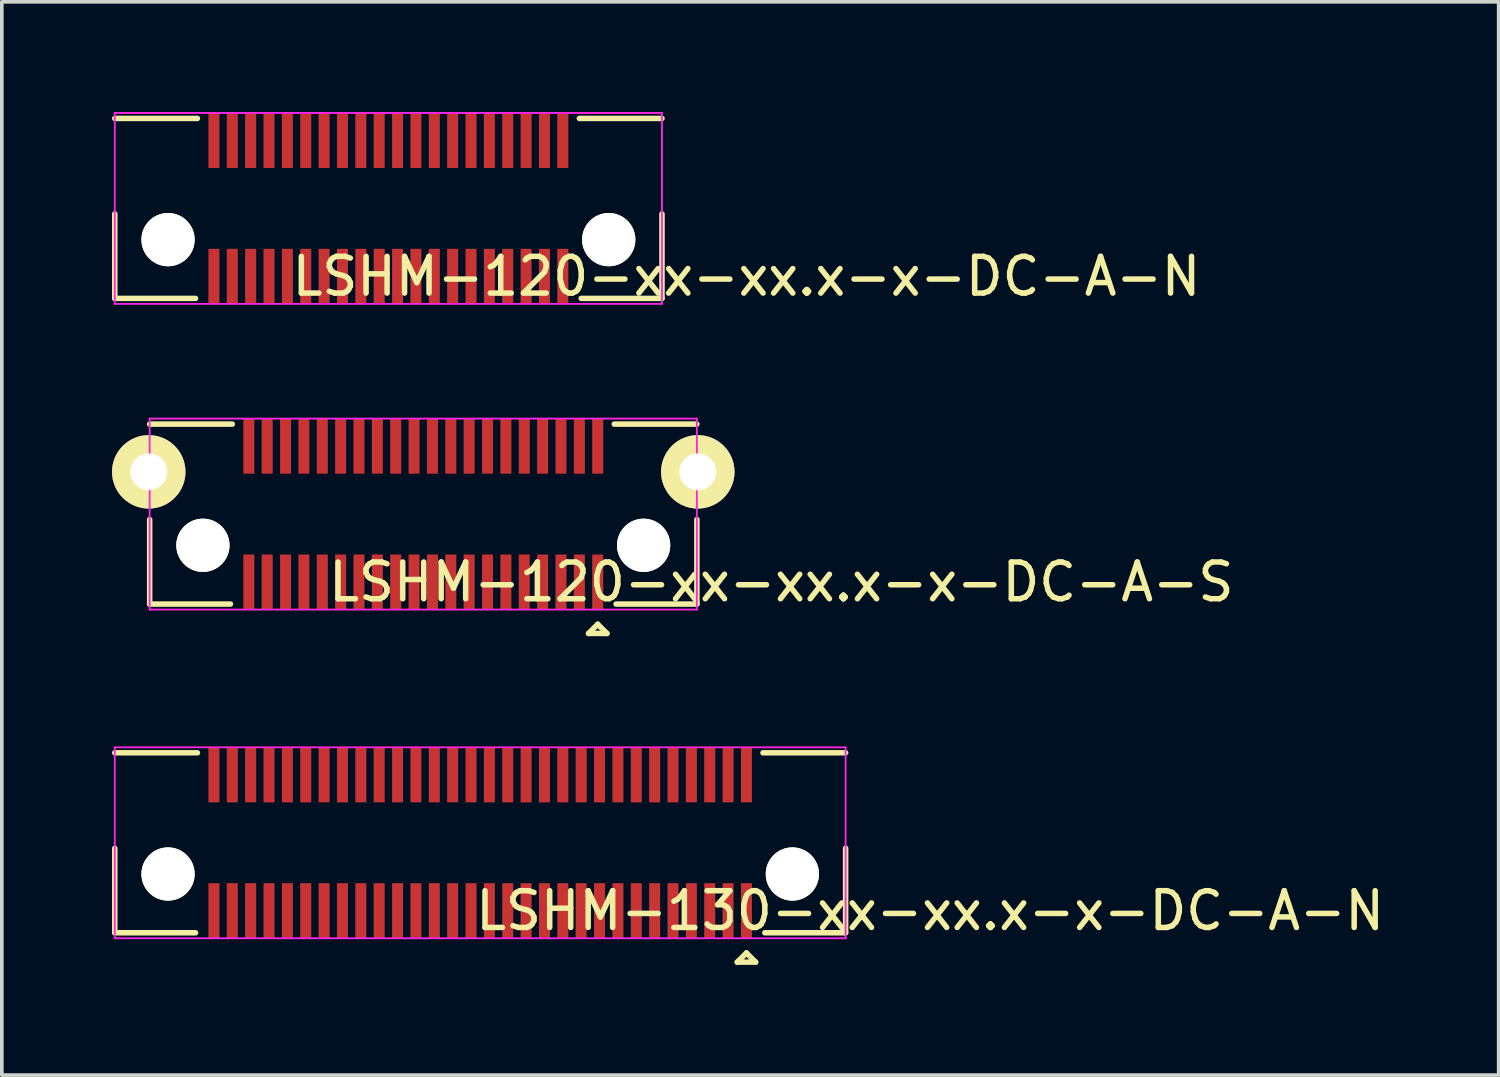
<source format=kicad_pcb>
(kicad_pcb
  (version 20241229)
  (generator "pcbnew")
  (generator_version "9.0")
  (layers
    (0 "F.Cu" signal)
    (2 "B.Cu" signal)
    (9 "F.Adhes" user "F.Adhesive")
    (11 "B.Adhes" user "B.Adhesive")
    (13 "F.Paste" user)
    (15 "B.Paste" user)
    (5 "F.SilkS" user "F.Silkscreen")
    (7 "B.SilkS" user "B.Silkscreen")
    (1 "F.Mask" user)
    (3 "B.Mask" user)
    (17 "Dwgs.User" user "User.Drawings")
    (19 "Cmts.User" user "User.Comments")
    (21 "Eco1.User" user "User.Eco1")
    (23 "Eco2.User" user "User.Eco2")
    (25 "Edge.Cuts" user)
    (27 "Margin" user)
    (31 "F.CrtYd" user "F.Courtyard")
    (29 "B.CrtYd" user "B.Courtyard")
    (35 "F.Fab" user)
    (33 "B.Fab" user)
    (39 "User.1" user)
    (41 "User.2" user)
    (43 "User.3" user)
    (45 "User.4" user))
  (footprint "LSHM-130-xx-xx.x-x-DC-A-N"
    (layer "F.Cu")
    (at 10.025 19.898)
    (property "Reference" "LSHM-130-xx-xx.x-x-DC-A-N" (at 12.25 1.85 0) (layer "F.SilkS") (effects (font (size 1 1) (thickness 0.15))))
    (attr smd)
    (fp_line (start -9.95 -2.45) (end -7.7 -2.45) (stroke (width 0.15) (type solid)) (layer "F.SilkS"))
    (fp_line (start -9.95 2.45) (end -9.95 0.15) (stroke (width 0.15) (type solid)) (layer "F.SilkS"))
    (fp_line (start -7.75 2.45) (end -9.95 2.45) (stroke (width 0.15) (type solid)) (layer "F.SilkS"))
    (fp_line (start 7 3.25) (end 7.5 3.25) (stroke (width 0.15) (type solid)) (layer "F.SilkS"))
    (fp_line (start 7.25 3) (end 7 3.25) (stroke (width 0.15) (type solid)) (layer "F.SilkS"))
    (fp_line (start 7.5 3.25) (end 7.25 3) (stroke (width 0.15) (type solid)) (layer "F.SilkS"))
    (fp_line (start 7.7 -2.45) (end 9.95 -2.45) (stroke (width 0.15) (type solid)) (layer "F.SilkS"))
    (fp_line (start 9.95 0.15) (end 9.95 2.45) (stroke (width 0.15) (type solid)) (layer "F.SilkS"))
    (fp_line (start 9.95 2.45) (end 7.75 2.45) (stroke (width 0.15) (type solid)) (layer "F.SilkS"))
    (fp_line (start -9.95 -2.6) (end -9.95 2.6) (stroke (width 0.05) (type solid)) (layer "F.CrtYd"))
    (fp_line (start -9.95 2.6) (end 9.95 2.6) (stroke (width 0.05) (type solid)) (layer "F.CrtYd"))
    (fp_line (start 9.95 -2.6) (end -9.95 -2.6) (stroke (width 0.05) (type solid)) (layer "F.CrtYd"))
    (fp_line (start 9.95 2.6) (end 9.95 -2.6) (stroke (width 0.05) (type solid)) (layer "F.CrtYd"))
    (pad "" np_thru_hole circle (at -8.5 0.85) (size 1.45 1.45) (drill 1.45) (layers "*.Cu" "*.Mask" "F.SilkS"))
    (pad "" np_thru_hole circle (at 8.5 0.85) (size 1.45 1.45) (drill 1.45) (layers "*.Cu" "*.Mask" "F.SilkS"))
    (pad "1" smd rect (at 7.25 1.85) (size 0.3 1.5) (layers "F.Cu" "F.Mask" "F.Paste"))
    (pad "2" smd rect (at 7.25 -1.85) (size 0.3 1.5) (layers "F.Cu" "F.Mask" "F.Paste"))
    (pad "3" smd rect (at 6.75 1.85) (size 0.3 1.5) (layers "F.Cu" "F.Mask" "F.Paste"))
    (pad "4" smd rect (at 6.75 -1.85) (size 0.3 1.5) (layers "F.Cu" "F.Mask" "F.Paste"))
    (pad "5" smd rect (at 6.25 1.85) (size 0.3 1.5) (layers "F.Cu" "F.Mask" "F.Paste"))
    (pad "6" smd rect (at 6.25 -1.85) (size 0.3 1.5) (layers "F.Cu" "F.Mask" "F.Paste"))
    (pad "7" smd rect (at 5.75 1.85) (size 0.3 1.5) (layers "F.Cu" "F.Mask" "F.Paste"))
    (pad "8" smd rect (at 5.75 -1.85) (size 0.3 1.5) (layers "F.Cu" "F.Mask" "F.Paste"))
    (pad "9" smd rect (at 5.25 1.85) (size 0.3 1.5) (layers "F.Cu" "F.Mask" "F.Paste"))
    (pad "10" smd rect (at 5.25 -1.85) (size 0.3 1.5) (layers "F.Cu" "F.Mask" "F.Paste"))
    (pad "11" smd rect (at 4.75 1.85) (size 0.3 1.5) (layers "F.Cu" "F.Mask" "F.Paste"))
    (pad "12" smd rect (at 4.75 -1.85) (size 0.3 1.5) (layers "F.Cu" "F.Mask" "F.Paste"))
    (pad "13" smd rect (at 4.25 1.85) (size 0.3 1.5) (layers "F.Cu" "F.Mask" "F.Paste"))
    (pad "14" smd rect (at 4.25 -1.85) (size 0.3 1.5) (layers "F.Cu" "F.Mask" "F.Paste"))
    (pad "15" smd rect (at 3.75 1.85) (size 0.3 1.5) (layers "F.Cu" "F.Mask" "F.Paste"))
    (pad "16" smd rect (at 3.75 -1.85) (size 0.3 1.5) (layers "F.Cu" "F.Mask" "F.Paste"))
    (pad "17" smd rect (at 3.25 1.85) (size 0.3 1.5) (layers "F.Cu" "F.Mask" "F.Paste"))
    (pad "18" smd rect (at 3.25 -1.85) (size 0.3 1.5) (layers "F.Cu" "F.Mask" "F.Paste"))
    (pad "19" smd rect (at 2.75 1.85) (size 0.3 1.5) (layers "F.Cu" "F.Mask" "F.Paste"))
    (pad "20" smd rect (at 2.75 -1.85) (size 0.3 1.5) (layers "F.Cu" "F.Mask" "F.Paste"))
    (pad "21" smd rect (at 2.25 1.85) (size 0.3 1.5) (layers "F.Cu" "F.Mask" "F.Paste"))
    (pad "22" smd rect (at 2.25 -1.85) (size 0.3 1.5) (layers "F.Cu" "F.Mask" "F.Paste"))
    (pad "23" smd rect (at 1.75 1.85) (size 0.3 1.5) (layers "F.Cu" "F.Mask" "F.Paste"))
    (pad "24" smd rect (at 1.75 -1.85) (size 0.3 1.5) (layers "F.Cu" "F.Mask" "F.Paste"))
    (pad "25" smd rect (at 1.25 1.85) (size 0.3 1.5) (layers "F.Cu" "F.Mask" "F.Paste"))
    (pad "26" smd rect (at 1.25 -1.85) (size 0.3 1.5) (layers "F.Cu" "F.Mask" "F.Paste"))
    (pad "27" smd rect (at 0.75 1.85) (size 0.3 1.5) (layers "F.Cu" "F.Mask" "F.Paste"))
    (pad "28" smd rect (at 0.75 -1.85) (size 0.3 1.5) (layers "F.Cu" "F.Mask" "F.Paste"))
    (pad "29" smd rect (at 0.25 1.85) (size 0.3 1.5) (layers "F.Cu" "F.Mask" "F.Paste"))
    (pad "30" smd rect (at 0.25 -1.85) (size 0.3 1.5) (layers "F.Cu" "F.Mask" "F.Paste"))
    (pad "31" smd rect (at -0.25 1.85) (size 0.3 1.5) (layers "F.Cu" "F.Mask" "F.Paste"))
    (pad "32" smd rect (at -0.25 -1.85) (size 0.3 1.5) (layers "F.Cu" "F.Mask" "F.Paste"))
    (pad "33" smd rect (at -0.75 1.85) (size 0.3 1.5) (layers "F.Cu" "F.Mask" "F.Paste"))
    (pad "34" smd rect (at -0.75 -1.85) (size 0.3 1.5) (layers "F.Cu" "F.Mask" "F.Paste"))
    (pad "35" smd rect (at -1.25 1.85) (size 0.3 1.5) (layers "F.Cu" "F.Mask" "F.Paste"))
    (pad "36" smd rect (at -1.25 -1.85) (size 0.3 1.5) (layers "F.Cu" "F.Mask" "F.Paste"))
    (pad "37" smd rect (at -1.75 1.85) (size 0.3 1.5) (layers "F.Cu" "F.Mask" "F.Paste"))
    (pad "38" smd rect (at -1.75 -1.85) (size 0.3 1.5) (layers "F.Cu" "F.Mask" "F.Paste"))
    (pad "39" smd rect (at -2.25 1.85) (size 0.3 1.5) (layers "F.Cu" "F.Mask" "F.Paste"))
    (pad "40" smd rect (at -2.25 -1.85) (size 0.3 1.5) (layers "F.Cu" "F.Mask" "F.Paste"))
    (pad "41" smd rect (at -2.75 1.85) (size 0.3 1.5) (layers "F.Cu" "F.Mask" "F.Paste"))
    (pad "42" smd rect (at -2.75 -1.85) (size 0.3 1.5) (layers "F.Cu" "F.Mask" "F.Paste"))
    (pad "43" smd rect (at -3.25 1.85) (size 0.3 1.5) (layers "F.Cu" "F.Mask" "F.Paste"))
    (pad "44" smd rect (at -3.25 -1.85) (size 0.3 1.5) (layers "F.Cu" "F.Mask" "F.Paste"))
    (pad "45" smd rect (at -3.75 1.85) (size 0.3 1.5) (layers "F.Cu" "F.Mask" "F.Paste"))
    (pad "46" smd rect (at -3.75 -1.85) (size 0.3 1.5) (layers "F.Cu" "F.Mask" "F.Paste"))
    (pad "47" smd rect (at -4.25 1.85) (size 0.3 1.5) (layers "F.Cu" "F.Mask" "F.Paste"))
    (pad "48" smd rect (at -4.25 -1.85) (size 0.3 1.5) (layers "F.Cu" "F.Mask" "F.Paste"))
    (pad "49" smd rect (at -4.75 1.85) (size 0.3 1.5) (layers "F.Cu" "F.Mask" "F.Paste"))
    (pad "50" smd rect (at -4.75 -1.85) (size 0.3 1.5) (layers "F.Cu" "F.Mask" "F.Paste"))
    (pad "51" smd rect (at -5.25 1.85) (size 0.3 1.5) (layers "F.Cu" "F.Mask" "F.Paste"))
    (pad "52" smd rect (at -5.25 -1.85) (size 0.3 1.5) (layers "F.Cu" "F.Mask" "F.Paste"))
    (pad "53" smd rect (at -5.75 1.85) (size 0.3 1.5) (layers "F.Cu" "F.Mask" "F.Paste"))
    (pad "54" smd rect (at -5.75 -1.85) (size 0.3 1.5) (layers "F.Cu" "F.Mask" "F.Paste"))
    (pad "55" smd rect (at -6.25 1.85) (size 0.3 1.5) (layers "F.Cu" "F.Mask" "F.Paste"))
    (pad "56" smd rect (at -6.25 -1.85) (size 0.3 1.5) (layers "F.Cu" "F.Mask" "F.Paste"))
    (pad "57" smd rect (at -6.75 1.85) (size 0.3 1.5) (layers "F.Cu" "F.Mask" "F.Paste"))
    (pad "58" smd rect (at -6.75 -1.85) (size 0.3 1.5) (layers "F.Cu" "F.Mask" "F.Paste"))
    (pad "59" smd rect (at -7.25 1.85) (size 0.3 1.5) (layers "F.Cu" "F.Mask" "F.Paste"))
    (pad "60" smd rect (at -7.25 -1.85) (size 0.3 1.5) (layers "F.Cu" "F.Mask" "F.Paste")))
  (footprint "LSHM-120-xx-xx.x-x-DC-A-N"
    (layer "F.Cu")
    (at 7.525 3.475)
    (property "Reference" "LSHM-120-xx-xx.x-x-DC-A-N" (at 9.75 1 0) (layer "F.SilkS") (effects (font (size 1 1) (thickness 0.15))))
    (attr through_hole)
    (fp_line (start -7.45 -3.3) (end -5.2 -3.3) (stroke (width 0.15) (type solid)) (layer "F.SilkS"))
    (fp_line (start -7.45 1.6) (end -7.45 -0.7) (stroke (width 0.15) (type solid)) (layer "F.SilkS"))
    (fp_line (start -5.25 1.6) (end -7.45 1.6) (stroke (width 0.15) (type solid)) (layer "F.SilkS"))
    (fp_line (start 5.2 -3.3) (end 7.45 -3.3) (stroke (width 0.15) (type solid)) (layer "F.SilkS"))
    (fp_line (start 7.45 -0.7) (end 7.45 1.6) (stroke (width 0.15) (type solid)) (layer "F.SilkS"))
    (fp_line (start 7.45 1.6) (end 5.25 1.6) (stroke (width 0.15) (type solid)) (layer "F.SilkS"))
    (fp_line (start -7.45 -3.45) (end -7.45 1.75) (stroke (width 0.05) (type solid)) (layer "F.CrtYd"))
    (fp_line (start -7.45 1.75) (end 7.45 1.75) (stroke (width 0.05) (type solid)) (layer "F.CrtYd"))
    (fp_line (start 7.45 -3.45) (end -7.45 -3.45) (stroke (width 0.05) (type solid)) (layer "F.CrtYd"))
    (fp_line (start 7.45 1.75) (end 7.45 -3.45) (stroke (width 0.05) (type solid)) (layer "F.CrtYd"))
    (pad "" np_thru_hole circle (at -6 0) (size 1.45 1.45) (drill 1.45) (layers "*.Cu" "*.Mask" "F.SilkS"))
    (pad "" np_thru_hole circle (at 6 0) (size 1.45 1.45) (drill 1.45) (layers "*.Cu" "*.Mask" "F.SilkS"))
    (pad "1" smd rect (at 4.75 1) (size 0.3 1.5) (layers "F.Cu" "F.Mask" "F.Paste"))
    (pad "2" smd rect (at 4.75 -2.7) (size 0.3 1.5) (layers "F.Cu" "F.Mask" "F.Paste"))
    (pad "3" smd rect (at 4.25 1) (size 0.3 1.5) (layers "F.Cu" "F.Mask" "F.Paste"))
    (pad "4" smd rect (at 4.25 -2.7) (size 0.3 1.5) (layers "F.Cu" "F.Mask" "F.Paste"))
    (pad "5" smd rect (at 3.75 1) (size 0.3 1.5) (layers "F.Cu" "F.Mask" "F.Paste"))
    (pad "6" smd rect (at 3.75 -2.7) (size 0.3 1.5) (layers "F.Cu" "F.Mask" "F.Paste"))
    (pad "7" smd rect (at 3.25 1) (size 0.3 1.5) (layers "F.Cu" "F.Mask" "F.Paste"))
    (pad "8" smd rect (at 3.25 -2.7) (size 0.3 1.5) (layers "F.Cu" "F.Mask" "F.Paste"))
    (pad "9" smd rect (at 2.75 1) (size 0.3 1.5) (layers "F.Cu" "F.Mask" "F.Paste"))
    (pad "10" smd rect (at 2.75 -2.7) (size 0.3 1.5) (layers "F.Cu" "F.Mask" "F.Paste"))
    (pad "11" smd rect (at 2.25 1) (size 0.3 1.5) (layers "F.Cu" "F.Mask" "F.Paste"))
    (pad "12" smd rect (at 2.25 -2.7) (size 0.3 1.5) (layers "F.Cu" "F.Mask" "F.Paste"))
    (pad "13" smd rect (at 1.75 1) (size 0.3 1.5) (layers "F.Cu" "F.Mask" "F.Paste"))
    (pad "14" smd rect (at 1.75 -2.7) (size 0.3 1.5) (layers "F.Cu" "F.Mask" "F.Paste"))
    (pad "15" smd rect (at 1.25 1) (size 0.3 1.5) (layers "F.Cu" "F.Mask" "F.Paste"))
    (pad "16" smd rect (at 1.25 -2.7) (size 0.3 1.5) (layers "F.Cu" "F.Mask" "F.Paste"))
    (pad "17" smd rect (at 0.75 1) (size 0.3 1.5) (layers "F.Cu" "F.Mask" "F.Paste"))
    (pad "18" smd rect (at 0.75 -2.7) (size 0.3 1.5) (layers "F.Cu" "F.Mask" "F.Paste"))
    (pad "19" smd rect (at 0.25 1) (size 0.3 1.5) (layers "F.Cu" "F.Mask" "F.Paste"))
    (pad "20" smd rect (at 0.25 -2.7) (size 0.3 1.5) (layers "F.Cu" "F.Mask" "F.Paste"))
    (pad "21" smd rect (at -0.25 1) (size 0.3 1.5) (layers "F.Cu" "F.Mask" "F.Paste"))
    (pad "22" smd rect (at -0.25 -2.7) (size 0.3 1.5) (layers "F.Cu" "F.Mask" "F.Paste"))
    (pad "23" smd rect (at -0.75 1) (size 0.3 1.5) (layers "F.Cu" "F.Mask" "F.Paste"))
    (pad "24" smd rect (at -0.75 -2.7) (size 0.3 1.5) (layers "F.Cu" "F.Mask" "F.Paste"))
    (pad "25" smd rect (at -1.25 1) (size 0.3 1.5) (layers "F.Cu" "F.Mask" "F.Paste"))
    (pad "26" smd rect (at -1.25 -2.7) (size 0.3 1.5) (layers "F.Cu" "F.Mask" "F.Paste"))
    (pad "27" smd rect (at -1.75 1) (size 0.3 1.5) (layers "F.Cu" "F.Mask" "F.Paste"))
    (pad "28" smd rect (at -1.75 -2.7) (size 0.3 1.5) (layers "F.Cu" "F.Mask" "F.Paste"))
    (pad "29" smd rect (at -2.25 1) (size 0.3 1.5) (layers "F.Cu" "F.Mask" "F.Paste"))
    (pad "30" smd rect (at -2.25 -2.7) (size 0.3 1.5) (layers "F.Cu" "F.Mask" "F.Paste"))
    (pad "31" smd rect (at -2.75 1) (size 0.3 1.5) (layers "F.Cu" "F.Mask" "F.Paste"))
    (pad "32" smd rect (at -2.75 -2.7) (size 0.3 1.5) (layers "F.Cu" "F.Mask" "F.Paste"))
    (pad "33" smd rect (at -3.25 1) (size 0.3 1.5) (layers "F.Cu" "F.Mask" "F.Paste"))
    (pad "34" smd rect (at -3.25 -2.7) (size 0.3 1.5) (layers "F.Cu" "F.Mask" "F.Paste"))
    (pad "35" smd rect (at -3.75 1) (size 0.3 1.5) (layers "F.Cu" "F.Mask" "F.Paste"))
    (pad "36" smd rect (at -3.75 -2.7) (size 0.3 1.5) (layers "F.Cu" "F.Mask" "F.Paste"))
    (pad "37" smd rect (at -4.25 1) (size 0.3 1.5) (layers "F.Cu" "F.Mask" "F.Paste"))
    (pad "38" smd rect (at -4.25 -2.7) (size 0.3 1.5) (layers "F.Cu" "F.Mask" "F.Paste"))
    (pad "39" smd rect (at -4.75 1) (size 0.3 1.5) (layers "F.Cu" "F.Mask" "F.Paste"))
    (pad "40" smd rect (at -4.75 -2.7) (size 0.3 1.5) (layers "F.Cu" "F.Mask" "F.Paste")))
  (footprint "LSHM-120-xx-xx.x-x-DC-A-S"
    (layer "F.Cu")
    (at 8.475 10.948)
    (property "Reference" "LSHM-120-xx-xx.x-x-DC-A-S" (at 9.75 1.85 0) (layer "F.SilkS") (effects (font (size 1 1) (thickness 0.15))))
    (attr smd)
    (fp_line (start -7.45 -2.45) (end -5.2 -2.45) (stroke (width 0.15) (type solid)) (layer "F.SilkS"))
    (fp_line (start -7.45 2.45) (end -7.45 0.15) (stroke (width 0.15) (type solid)) (layer "F.SilkS"))
    (fp_line (start -5.25 2.45) (end -7.45 2.45) (stroke (width 0.15) (type solid)) (layer "F.SilkS"))
    (fp_line (start 4.5 3.25) (end 5 3.25) (stroke (width 0.15) (type solid)) (layer "F.SilkS"))
    (fp_line (start 4.75 3) (end 4.5 3.25) (stroke (width 0.15) (type solid)) (layer "F.SilkS"))
    (fp_line (start 5 3.25) (end 4.75 3) (stroke (width 0.15) (type solid)) (layer "F.SilkS"))
    (fp_line (start 5.2 -2.45) (end 7.45 -2.45) (stroke (width 0.15) (type solid)) (layer "F.SilkS"))
    (fp_line (start 7.45 0.15) (end 7.45 2.45) (stroke (width 0.15) (type solid)) (layer "F.SilkS"))
    (fp_line (start 7.45 2.45) (end 5.25 2.45) (stroke (width 0.15) (type solid)) (layer "F.SilkS"))
    (fp_line (start -7.45 -2.6) (end -7.45 2.6) (stroke (width 0.05) (type solid)) (layer "F.CrtYd"))
    (fp_line (start -7.45 2.6) (end 7.45 2.6) (stroke (width 0.05) (type solid)) (layer "F.CrtYd"))
    (fp_line (start 7.45 -2.6) (end -7.45 -2.6) (stroke (width 0.05) (type solid)) (layer "F.CrtYd"))
    (fp_line (start 7.45 2.6) (end 7.45 -2.6) (stroke (width 0.05) (type solid)) (layer "F.CrtYd"))
    (pad "" np_thru_hole circle (at -6 0.85) (size 1.45 1.45) (drill 1.45) (layers "*.Cu" "*.Mask" "F.SilkS"))
    (pad "" np_thru_hole circle (at 6 0.85) (size 1.45 1.45) (drill 1.45) (layers "*.Cu" "*.Mask" "F.SilkS"))
    (pad "1" smd rect (at 4.75 1.85) (size 0.3 1.5) (layers "F.Cu" "F.Mask" "F.Paste"))
    (pad "2" smd rect (at 4.75 -1.85) (size 0.3 1.5) (layers "F.Cu" "F.Mask" "F.Paste"))
    (pad "3" smd rect (at 4.25 1.85) (size 0.3 1.5) (layers "F.Cu" "F.Mask" "F.Paste"))
    (pad "4" smd rect (at 4.25 -1.85) (size 0.3 1.5) (layers "F.Cu" "F.Mask" "F.Paste"))
    (pad "5" smd rect (at 3.75 1.85) (size 0.3 1.5) (layers "F.Cu" "F.Mask" "F.Paste"))
    (pad "6" smd rect (at 3.75 -1.85) (size 0.3 1.5) (layers "F.Cu" "F.Mask" "F.Paste"))
    (pad "7" smd rect (at 3.25 1.85) (size 0.3 1.5) (layers "F.Cu" "F.Mask" "F.Paste"))
    (pad "8" smd rect (at 3.25 -1.85) (size 0.3 1.5) (layers "F.Cu" "F.Mask" "F.Paste"))
    (pad "9" smd rect (at 2.75 1.85) (size 0.3 1.5) (layers "F.Cu" "F.Mask" "F.Paste"))
    (pad "10" smd rect (at 2.75 -1.85) (size 0.3 1.5) (layers "F.Cu" "F.Mask" "F.Paste"))
    (pad "11" smd rect (at 2.25 1.85) (size 0.3 1.5) (layers "F.Cu" "F.Mask" "F.Paste"))
    (pad "12" smd rect (at 2.25 -1.85) (size 0.3 1.5) (layers "F.Cu" "F.Mask" "F.Paste"))
    (pad "13" smd rect (at 1.75 1.85) (size 0.3 1.5) (layers "F.Cu" "F.Mask" "F.Paste"))
    (pad "14" smd rect (at 1.75 -1.85) (size 0.3 1.5) (layers "F.Cu" "F.Mask" "F.Paste"))
    (pad "15" smd rect (at 1.25 1.85) (size 0.3 1.5) (layers "F.Cu" "F.Mask" "F.Paste"))
    (pad "16" smd rect (at 1.25 -1.85) (size 0.3 1.5) (layers "F.Cu" "F.Mask" "F.Paste"))
    (pad "17" smd rect (at 0.75 1.85) (size 0.3 1.5) (layers "F.Cu" "F.Mask" "F.Paste"))
    (pad "18" smd rect (at 0.75 -1.85) (size 0.3 1.5) (layers "F.Cu" "F.Mask" "F.Paste"))
    (pad "19" smd rect (at 0.25 1.85) (size 0.3 1.5) (layers "F.Cu" "F.Mask" "F.Paste"))
    (pad "20" smd rect (at 0.25 -1.85) (size 0.3 1.5) (layers "F.Cu" "F.Mask" "F.Paste"))
    (pad "21" smd rect (at -0.25 1.85) (size 0.3 1.5) (layers "F.Cu" "F.Mask" "F.Paste"))
    (pad "22" smd rect (at -0.25 -1.85) (size 0.3 1.5) (layers "F.Cu" "F.Mask" "F.Paste"))
    (pad "23" smd rect (at -0.75 1.85) (size 0.3 1.5) (layers "F.Cu" "F.Mask" "F.Paste"))
    (pad "24" smd rect (at -0.75 -1.85) (size 0.3 1.5) (layers "F.Cu" "F.Mask" "F.Paste"))
    (pad "25" smd rect (at -1.25 1.85) (size 0.3 1.5) (layers "F.Cu" "F.Mask" "F.Paste"))
    (pad "26" smd rect (at -1.25 -1.85) (size 0.3 1.5) (layers "F.Cu" "F.Mask" "F.Paste"))
    (pad "27" smd rect (at -1.75 1.85) (size 0.3 1.5) (layers "F.Cu" "F.Mask" "F.Paste"))
    (pad "28" smd rect (at -1.75 -1.85) (size 0.3 1.5) (layers "F.Cu" "F.Mask" "F.Paste"))
    (pad "29" smd rect (at -2.25 1.85) (size 0.3 1.5) (layers "F.Cu" "F.Mask" "F.Paste"))
    (pad "30" smd rect (at -2.25 -1.85) (size 0.3 1.5) (layers "F.Cu" "F.Mask" "F.Paste"))
    (pad "31" smd rect (at -2.75 1.85) (size 0.3 1.5) (layers "F.Cu" "F.Mask" "F.Paste"))
    (pad "32" smd rect (at -2.75 -1.85) (size 0.3 1.5) (layers "F.Cu" "F.Mask" "F.Paste"))
    (pad "33" smd rect (at -3.25 1.85) (size 0.3 1.5) (layers "F.Cu" "F.Mask" "F.Paste"))
    (pad "34" smd rect (at -3.25 -1.85) (size 0.3 1.5) (layers "F.Cu" "F.Mask" "F.Paste"))
    (pad "35" smd rect (at -3.75 1.85) (size 0.3 1.5) (layers "F.Cu" "F.Mask" "F.Paste"))
    (pad "36" smd rect (at -3.75 -1.85) (size 0.3 1.5) (layers "F.Cu" "F.Mask" "F.Paste"))
    (pad "37" smd rect (at -4.25 1.85) (size 0.3 1.5) (layers "F.Cu" "F.Mask" "F.Paste"))
    (pad "38" smd rect (at -4.25 -1.85) (size 0.3 1.5) (layers "F.Cu" "F.Mask" "F.Paste"))
    (pad "39" smd rect (at -4.75 1.85) (size 0.3 1.5) (layers "F.Cu" "F.Mask" "F.Paste"))
    (pad "40" smd rect (at -4.75 -1.85) (size 0.3 1.5) (layers "F.Cu" "F.Mask" "F.Paste"))
    (pad "41" thru_hole circle (at -7.475 -1.15) (size 2 2) (drill 1) (layers "*.Cu" "*.Mask" "F.SilkS"))
    (pad "41" thru_hole circle (at 7.475 -1.15) (size 2 2) (drill 1) (layers "*.Cu" "*.Mask" "F.SilkS")))
  (gr_rect
    (start -3 -3)
    (end 37.757 26.223)
    (stroke (width 0.1) (type default))
    (fill no)
    (layer "Edge.Cuts")))
</source>
